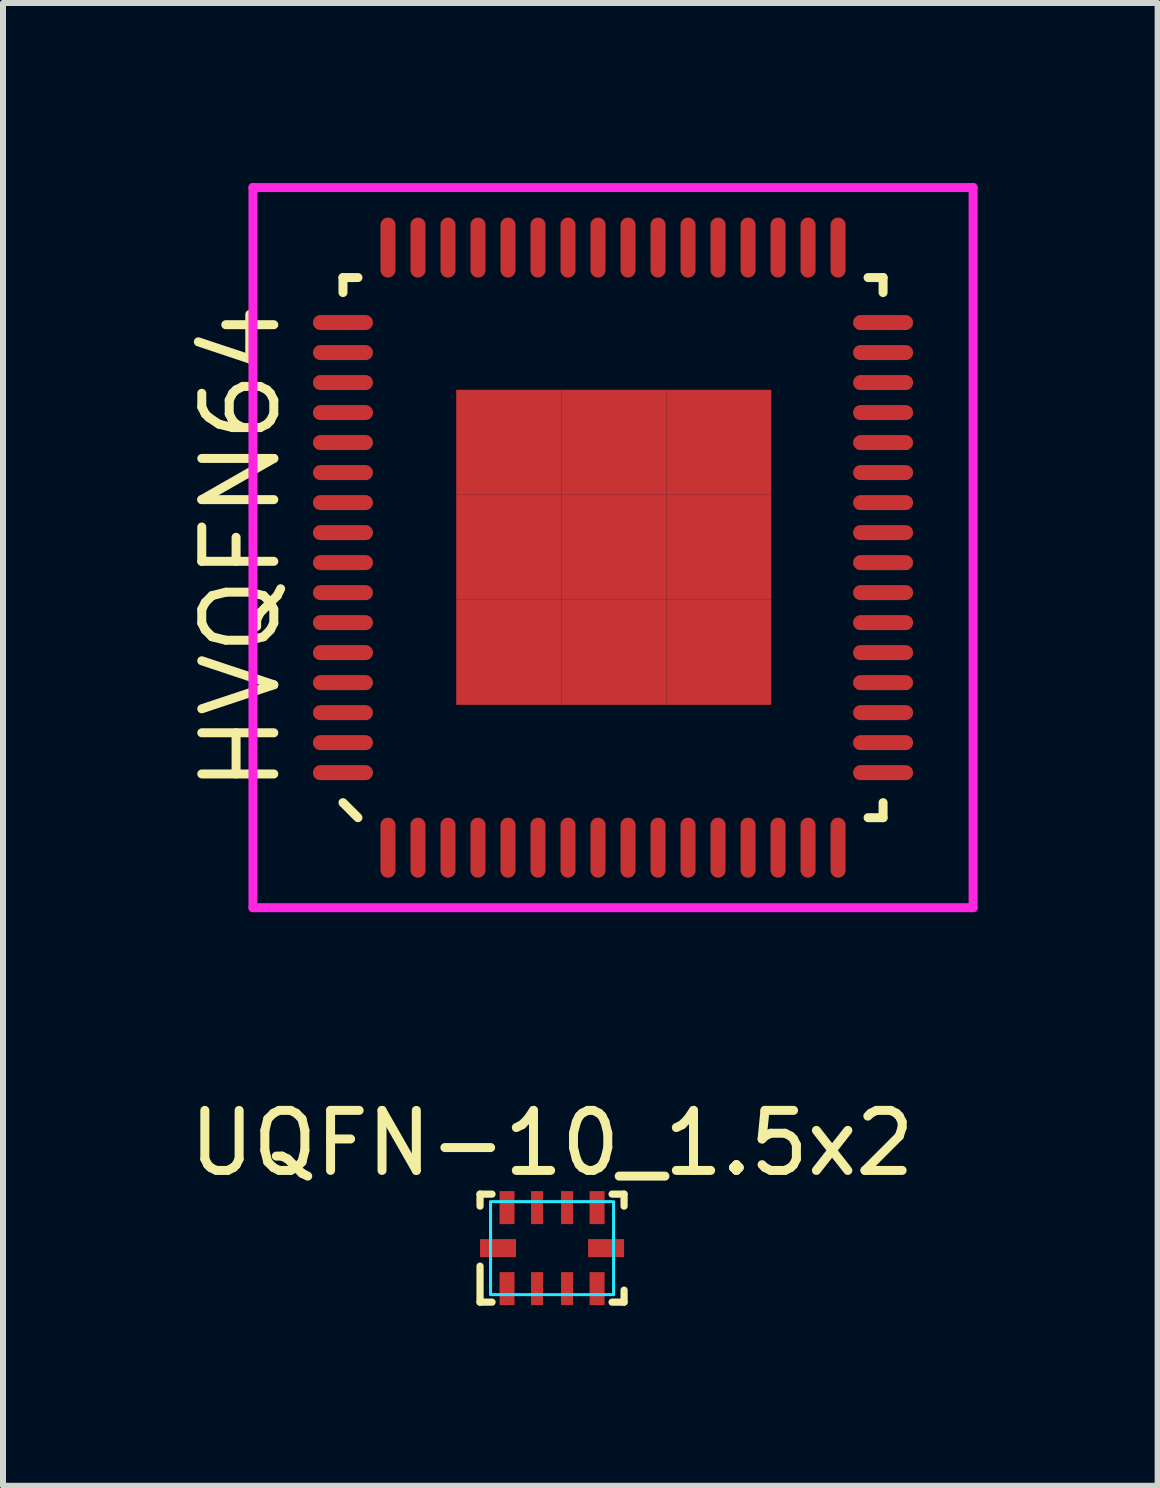
<source format=kicad_pcb>
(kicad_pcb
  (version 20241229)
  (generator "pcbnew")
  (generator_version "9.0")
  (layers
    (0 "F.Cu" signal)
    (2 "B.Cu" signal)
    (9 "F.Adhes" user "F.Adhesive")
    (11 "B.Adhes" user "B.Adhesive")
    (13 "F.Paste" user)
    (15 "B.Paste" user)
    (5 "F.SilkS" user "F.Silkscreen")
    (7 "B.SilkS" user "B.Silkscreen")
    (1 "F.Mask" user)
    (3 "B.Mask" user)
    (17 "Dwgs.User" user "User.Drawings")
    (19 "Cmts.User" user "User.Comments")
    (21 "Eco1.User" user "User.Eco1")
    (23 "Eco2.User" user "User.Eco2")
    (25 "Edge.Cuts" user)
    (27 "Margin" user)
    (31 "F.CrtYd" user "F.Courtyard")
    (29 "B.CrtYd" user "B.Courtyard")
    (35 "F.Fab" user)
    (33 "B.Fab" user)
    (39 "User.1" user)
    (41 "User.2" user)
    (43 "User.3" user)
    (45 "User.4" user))
  (footprint "UQFN-10_1.5x2"
    (layer "F.Cu")
    (at 6.149 17.748)
    (property "Reference" "UQFN-10_1.5x2" (at 0 -1.75 0) (unlocked yes) (layer "F.SilkS") (effects (font (size 1 1) (thickness 0.15))))
    (attr smd)
    (fp_line (start -1.2 -0.9) (end -1.2 -0.7) (stroke (width 0.12) (type solid)) (layer "F.SilkS"))
    (fp_line (start -1.2 0.9) (end -1.2 0.3) (stroke (width 0.12) (type solid)) (layer "F.SilkS"))
    (fp_line (start -1 -0.9) (end -1.2 -0.9) (stroke (width 0.12) (type solid)) (layer "F.SilkS"))
    (fp_line (start -1 0.9) (end -1.2 0.9) (stroke (width 0.12) (type solid)) (layer "F.SilkS"))
    (fp_line (start 1 0.9) (end 1.2 0.9) (stroke (width 0.12) (type solid)) (layer "F.SilkS"))
    (fp_line (start 1.2 -0.9) (end 1 -0.9) (stroke (width 0.12) (type solid)) (layer "F.SilkS"))
    (fp_line (start 1.2 -0.7) (end 1.2 -0.9) (stroke (width 0.12) (type solid)) (layer "F.SilkS"))
    (fp_line (start 1.2 0.9) (end 1.2 0.7) (stroke (width 0.12) (type solid)) (layer "F.SilkS"))
    (fp_rect (start -1.025 -0.775) (end 1.025 0.775) (stroke (width 0.05) (type solid)) (fill no) (layer "B.CrtYd"))
    (pad "1" smd rect (at -0.75 0.675) (size 0.25 0.55) (layers "F.Cu" "F.Mask" "F.Paste"))
    (pad "2" smd rect (at -0.25 0.675) (size 0.2 0.55) (layers "F.Cu" "F.Mask" "F.Paste"))
    (pad "3" smd rect (at 0.25 0.675) (size 0.2 0.55) (layers "F.Cu" "F.Mask" "F.Paste"))
    (pad "4" smd rect (at 0.75 0.675) (size 0.25 0.55) (layers "F.Cu" "F.Mask" "F.Paste"))
    (pad "5" smd rect (at 0.9 0) (size 0.6 0.3) (layers "F.Cu" "F.Mask" "F.Paste"))
    (pad "6" smd rect (at 0.75 -0.675) (size 0.25 0.55) (layers "F.Cu" "F.Mask" "F.Paste"))
    (pad "7" smd rect (at 0.25 -0.675) (size 0.2 0.55) (layers "F.Cu" "F.Mask" "F.Paste"))
    (pad "8" smd rect (at -0.25 -0.675) (size 0.2 0.55) (layers "F.Cu" "F.Mask" "F.Paste"))
    (pad "9" smd rect (at -0.75 -0.675) (size 0.25 0.55) (layers "F.Cu" "F.Mask" "F.Paste"))
    (pad "10" smd rect (at -0.9 0) (size 0.6 0.3) (layers "F.Cu" "F.Mask" "F.Paste")))
  (footprint "HVQFN64"
    (layer "F.Cu")
    (at 7.177 6.07)
    (property "Reference" "HVQFN64" (at -6.212 0.005 90) (layer "F.SilkS") (effects (font (size 1.2 1.2) (thickness 0.15))))
    (attr through_hole)
    (fp_line (start -4.512 -4.495) (end -4.262 -4.495) (stroke (width 0.15) (type solid)) (layer "F.SilkS"))
    (fp_line (start -4.512 -4.245) (end -4.512 -4.495) (stroke (width 0.15) (type solid)) (layer "F.SilkS"))
    (fp_line (start -4.262 4.505) (end -4.512 4.255) (stroke (width 0.15) (type solid)) (layer "F.SilkS"))
    (fp_line (start 4.488 -4.495) (end 4.238 -4.495) (stroke (width 0.15) (type solid)) (layer "F.SilkS"))
    (fp_line (start 4.488 -4.245) (end 4.488 -4.495) (stroke (width 0.15) (type solid)) (layer "F.SilkS"))
    (fp_line (start 4.488 4.255) (end 4.488 4.505) (stroke (width 0.15) (type solid)) (layer "F.SilkS"))
    (fp_line (start 4.488 4.505) (end 4.238 4.505) (stroke (width 0.15) (type solid)) (layer "F.SilkS"))
    (fp_line (start -6.012 -5.995) (end 5.988 -5.995) (stroke (width 0.15) (type solid)) (layer "F.CrtYd"))
    (fp_line (start -6.012 6.005) (end -6.012 -5.995) (stroke (width 0.15) (type solid)) (layer "F.CrtYd"))
    (fp_line (start 5.988 -5.995) (end 5.988 6.005) (stroke (width 0.15) (type solid)) (layer "F.CrtYd"))
    (fp_line (start 5.988 6.005) (end -6.012 6.005) (stroke (width 0.15) (type solid)) (layer "F.CrtYd"))
    (pad "1" smd oval (at -3.762 5.005 180) (size 0.25 1) (layers "F.Cu" "F.Mask" "F.Paste"))
    (pad "2" smd oval (at -3.262 5.005 180) (size 0.25 1) (layers "F.Cu" "F.Mask" "F.Paste"))
    (pad "3" smd oval (at -2.762 5.005 180) (size 0.25 1) (layers "F.Cu" "F.Mask" "F.Paste"))
    (pad "4" smd oval (at -2.262 5.005 180) (size 0.25 1) (layers "F.Cu" "F.Mask" "F.Paste"))
    (pad "5" smd oval (at -1.762 5.005 180) (size 0.25 1) (layers "F.Cu" "F.Mask" "F.Paste"))
    (pad "6" smd oval (at -1.262 5.005 180) (size 0.25 1) (layers "F.Cu" "F.Mask" "F.Paste"))
    (pad "7" smd oval (at -0.762 5.005 180) (size 0.25 1) (layers "F.Cu" "F.Mask" "F.Paste"))
    (pad "8" smd oval (at -0.262 5.005 180) (size 0.25 1) (layers "F.Cu" "F.Mask" "F.Paste"))
    (pad "9" smd oval (at 0.238 5.005 180) (size 0.25 1) (layers "F.Cu" "F.Mask" "F.Paste"))
    (pad "10" smd oval (at 0.738 5.005 180) (size 0.25 1) (layers "F.Cu" "F.Mask" "F.Paste"))
    (pad "11" smd oval (at 1.238 5.005 180) (size 0.25 1) (layers "F.Cu" "F.Mask" "F.Paste"))
    (pad "12" smd oval (at 1.738 5.005 180) (size 0.25 1) (layers "F.Cu" "F.Mask" "F.Paste"))
    (pad "13" smd oval (at 2.238 5.005 180) (size 0.25 1) (layers "F.Cu" "F.Mask" "F.Paste"))
    (pad "14" smd oval (at 2.738 5.005 180) (size 0.25 1) (layers "F.Cu" "F.Mask" "F.Paste"))
    (pad "15" smd oval (at 3.238 5.005 180) (size 0.25 1) (layers "F.Cu" "F.Mask" "F.Paste"))
    (pad "16" smd oval (at 3.738 5.005 180) (size 0.25 1) (layers "F.Cu" "F.Mask" "F.Paste"))
    (pad "17" smd oval (at 4.488 3.755 90) (size 0.25 1) (layers "F.Cu" "F.Mask" "F.Paste"))
    (pad "18" smd oval (at 4.488 3.255 90) (size 0.25 1) (layers "F.Cu" "F.Mask" "F.Paste"))
    (pad "19" smd oval (at 4.488 2.755 90) (size 0.25 1) (layers "F.Cu" "F.Mask" "F.Paste"))
    (pad "20" smd oval (at 4.488 2.255 90) (size 0.25 1) (layers "F.Cu" "F.Mask" "F.Paste"))
    (pad "21" smd oval (at 4.488 1.755 90) (size 0.25 1) (layers "F.Cu" "F.Mask" "F.Paste"))
    (pad "22" smd oval (at 4.488 1.255 90) (size 0.25 1) (layers "F.Cu" "F.Mask" "F.Paste"))
    (pad "23" smd oval (at 4.488 0.755 90) (size 0.25 1) (layers "F.Cu" "F.Mask" "F.Paste"))
    (pad "24" smd oval (at 4.488 0.255 90) (size 0.25 1) (layers "F.Cu" "F.Mask" "F.Paste"))
    (pad "25" smd oval (at 4.488 -0.245 90) (size 0.25 1) (layers "F.Cu" "F.Mask" "F.Paste"))
    (pad "26" smd oval (at 4.488 -0.745 90) (size 0.25 1) (layers "F.Cu" "F.Mask" "F.Paste"))
    (pad "27" smd oval (at 4.488 -1.245 90) (size 0.25 1) (layers "F.Cu" "F.Mask" "F.Paste"))
    (pad "28" smd oval (at 4.488 -1.745 90) (size 0.25 1) (layers "F.Cu" "F.Mask" "F.Paste"))
    (pad "29" smd oval (at 4.488 -2.245 90) (size 0.25 1) (layers "F.Cu" "F.Mask" "F.Paste"))
    (pad "30" smd oval (at 4.488 -2.745 90) (size 0.25 1) (layers "F.Cu" "F.Mask" "F.Paste"))
    (pad "31" smd oval (at 4.488 -3.245 90) (size 0.25 1) (layers "F.Cu" "F.Mask" "F.Paste"))
    (pad "32" smd oval (at 4.488 -3.745 90) (size 0.25 1) (layers "F.Cu" "F.Mask" "F.Paste"))
    (pad "33" smd oval (at 3.738 -4.995 180) (size 0.25 1) (layers "F.Cu" "F.Mask" "F.Paste"))
    (pad "34" smd oval (at 3.238 -4.995 180) (size 0.25 1) (layers "F.Cu" "F.Mask" "F.Paste"))
    (pad "35" smd oval (at 2.738 -4.995 180) (size 0.25 1) (layers "F.Cu" "F.Mask" "F.Paste"))
    (pad "36" smd oval (at 2.238 -4.995 180) (size 0.25 1) (layers "F.Cu" "F.Mask" "F.Paste"))
    (pad "37" smd oval (at 1.738 -4.995 180) (size 0.25 1) (layers "F.Cu" "F.Mask" "F.Paste"))
    (pad "38" smd oval (at 1.238 -4.995 180) (size 0.25 1) (layers "F.Cu" "F.Mask" "F.Paste"))
    (pad "39" smd oval (at 0.738 -4.995 180) (size 0.25 1) (layers "F.Cu" "F.Mask" "F.Paste"))
    (pad "40" smd oval (at 0.238 -4.995 180) (size 0.25 1) (layers "F.Cu" "F.Mask" "F.Paste"))
    (pad "41" smd oval (at -0.262 -4.995 180) (size 0.25 1) (layers "F.Cu" "F.Mask" "F.Paste"))
    (pad "42" smd oval (at -0.762 -4.995 180) (size 0.25 1) (layers "F.Cu" "F.Mask" "F.Paste"))
    (pad "43" smd oval (at -1.262 -4.995 180) (size 0.25 1) (layers "F.Cu" "F.Mask" "F.Paste"))
    (pad "44" smd oval (at -1.762 -4.995 180) (size 0.25 1) (layers "F.Cu" "F.Mask" "F.Paste"))
    (pad "45" smd oval (at -2.262 -4.995 180) (size 0.25 1) (layers "F.Cu" "F.Mask" "F.Paste"))
    (pad "46" smd oval (at -2.762 -4.995 180) (size 0.25 1) (layers "F.Cu" "F.Mask" "F.Paste"))
    (pad "47" smd oval (at -3.262 -4.995 180) (size 0.25 1) (layers "F.Cu" "F.Mask" "F.Paste"))
    (pad "48" smd oval (at -3.762 -4.995 180) (size 0.25 1) (layers "F.Cu" "F.Mask" "F.Paste"))
    (pad "49" smd oval (at -4.512 -3.745 90) (size 0.25 1) (layers "F.Cu" "F.Mask" "F.Paste"))
    (pad "50" smd oval (at -4.512 -3.245 90) (size 0.25 1) (layers "F.Cu" "F.Mask" "F.Paste"))
    (pad "51" smd oval (at -4.512 -2.745 90) (size 0.25 1) (layers "F.Cu" "F.Mask" "F.Paste"))
    (pad "52" smd oval (at -4.512 -2.245 90) (size 0.25 1) (layers "F.Cu" "F.Mask" "F.Paste"))
    (pad "53" smd oval (at -4.512 -1.745 90) (size 0.25 1) (layers "F.Cu" "F.Mask" "F.Paste"))
    (pad "54" smd oval (at -4.512 -1.245 90) (size 0.25 1) (layers "F.Cu" "F.Mask" "F.Paste"))
    (pad "55" smd oval (at -4.512 -0.745 90) (size 0.25 1) (layers "F.Cu" "F.Mask" "F.Paste"))
    (pad "56" smd oval (at -4.512 -0.245 90) (size 0.25 1) (layers "F.Cu" "F.Mask" "F.Paste"))
    (pad "57" smd oval (at -4.512 0.255 90) (size 0.25 1) (layers "F.Cu" "F.Mask" "F.Paste"))
    (pad "58" smd oval (at -4.512 0.755 90) (size 0.25 1) (layers "F.Cu" "F.Mask" "F.Paste"))
    (pad "59" smd oval (at -4.512 1.255 90) (size 0.25 1) (layers "F.Cu" "F.Mask" "F.Paste"))
    (pad "60" smd oval (at -4.512 1.755 90) (size 0.25 1) (layers "F.Cu" "F.Mask" "F.Paste"))
    (pad "61" smd oval (at -4.512 2.255 90) (size 0.25 1) (layers "F.Cu" "F.Mask" "F.Paste"))
    (pad "62" smd oval (at -4.512 2.755 90) (size 0.25 1) (layers "F.Cu" "F.Mask" "F.Paste"))
    (pad "63" smd oval (at -4.512 3.255 90) (size 0.25 1) (layers "F.Cu" "F.Mask" "F.Paste"))
    (pad "64" smd oval (at -4.512 3.755 90) (size 0.25 1) (layers "F.Cu" "F.Mask" "F.Paste"))
    (pad "65" smd rect (at -1.75 -1.75) (size 1.75 1.75) (layers "F.Cu" "F.Mask" "F.Paste"))
    (pad "65" smd rect (at -1.75 0) (size 1.75 1.75) (layers "F.Cu" "F.Mask" "F.Paste"))
    (pad "65" smd rect (at -1.75 1.75) (size 1.75 1.75) (layers "F.Cu" "F.Mask" "F.Paste"))
    (pad "65" smd rect (at 0 -1.75) (size 1.75 1.75) (layers "F.Cu" "F.Mask" "F.Paste"))
    (pad "65" smd rect (at 0 0) (size 1.75 1.75) (layers "F.Cu" "F.Mask" "F.Paste"))
    (pad "65" smd rect (at 0 1.75) (size 1.75 1.75) (layers "F.Cu" "F.Mask" "F.Paste"))
    (pad "65" smd rect (at 1.75 -1.75) (size 1.75 1.75) (layers "F.Cu" "F.Mask" "F.Paste"))
    (pad "65" smd rect (at 1.75 0) (size 1.75 1.75) (layers "F.Cu" "F.Mask" "F.Paste"))
    (pad "65" smd rect (at 1.75 1.75) (size 1.75 1.75) (layers "F.Cu" "F.Mask" "F.Paste")))
  (gr_rect
    (start -3 -3)
    (end 16.24 21.708)
    (stroke (width 0.1) (type default))
    (fill no)
    (layer "Edge.Cuts")))
</source>
